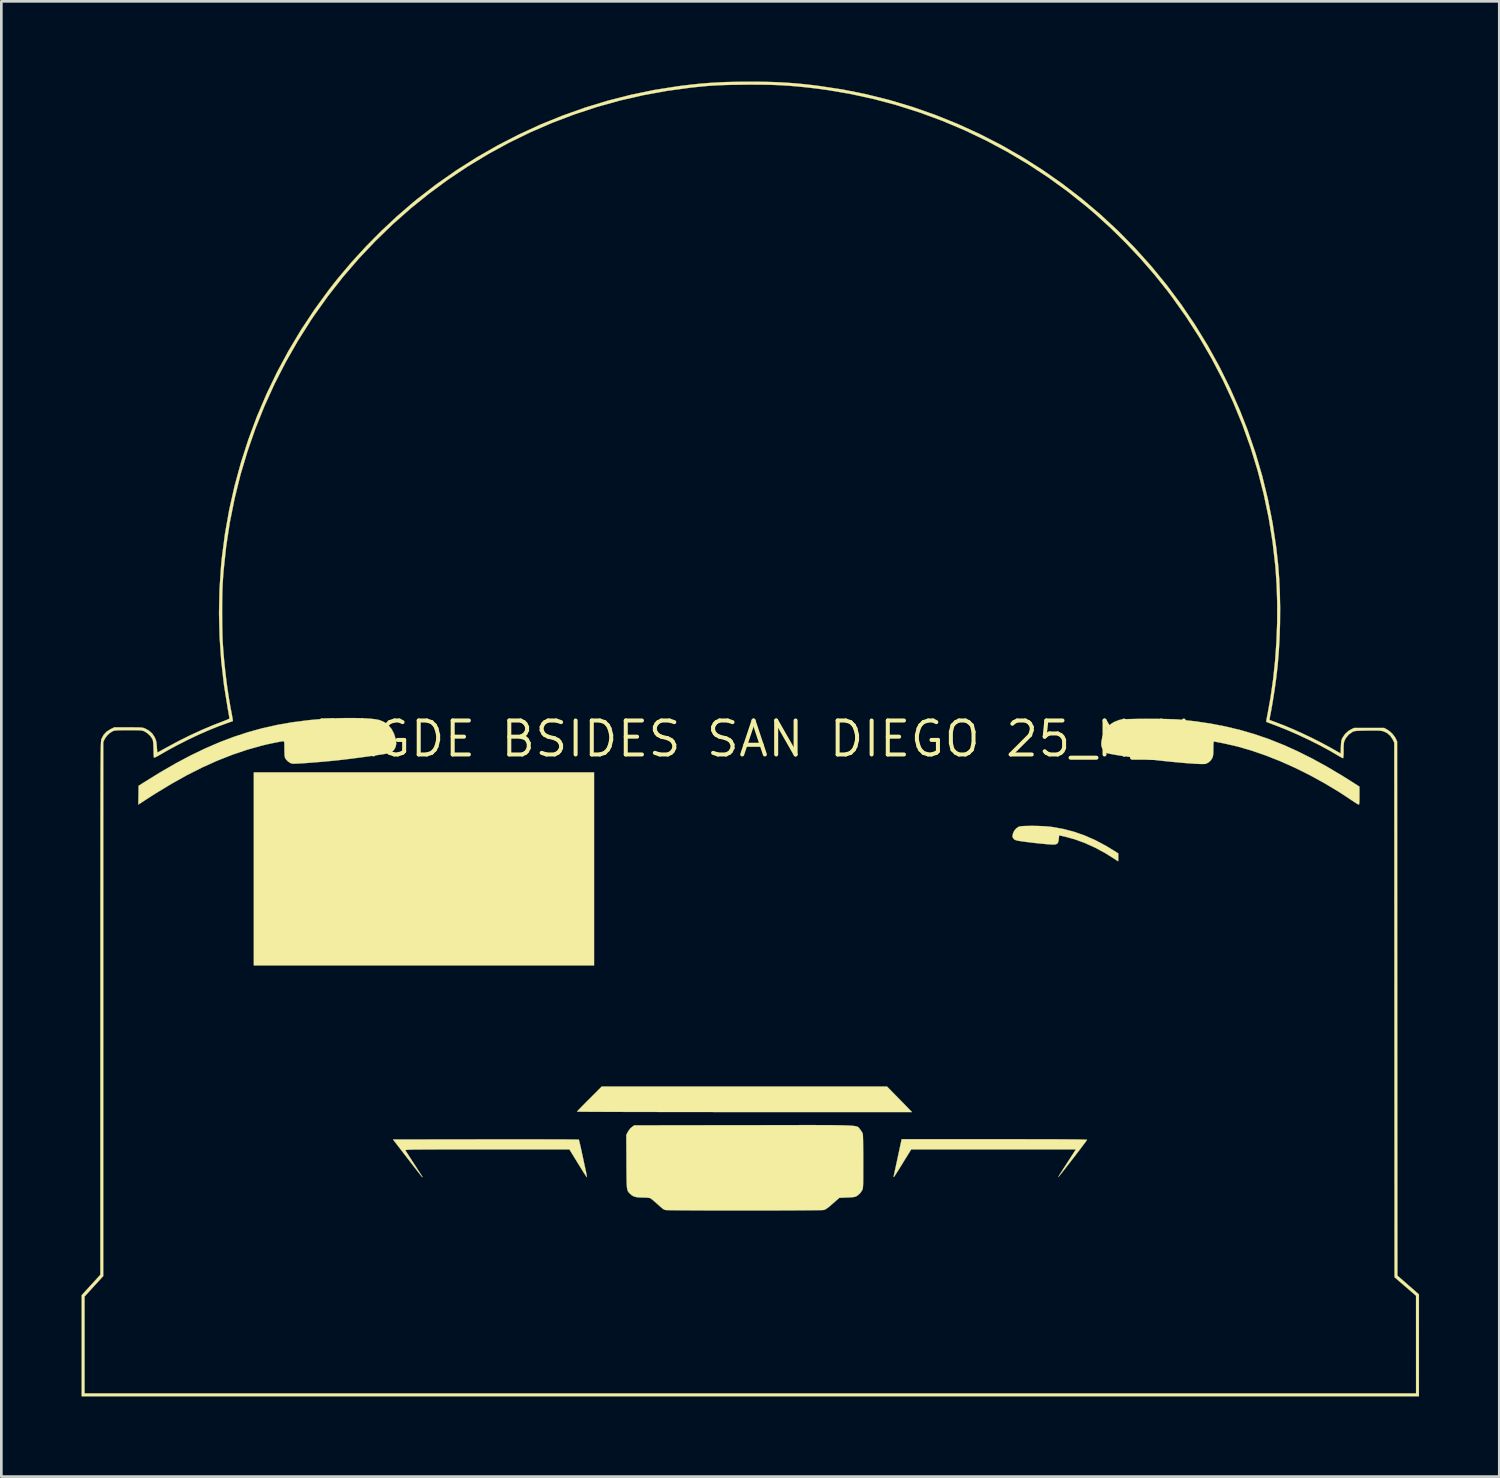
<source format=kicad_pcb>
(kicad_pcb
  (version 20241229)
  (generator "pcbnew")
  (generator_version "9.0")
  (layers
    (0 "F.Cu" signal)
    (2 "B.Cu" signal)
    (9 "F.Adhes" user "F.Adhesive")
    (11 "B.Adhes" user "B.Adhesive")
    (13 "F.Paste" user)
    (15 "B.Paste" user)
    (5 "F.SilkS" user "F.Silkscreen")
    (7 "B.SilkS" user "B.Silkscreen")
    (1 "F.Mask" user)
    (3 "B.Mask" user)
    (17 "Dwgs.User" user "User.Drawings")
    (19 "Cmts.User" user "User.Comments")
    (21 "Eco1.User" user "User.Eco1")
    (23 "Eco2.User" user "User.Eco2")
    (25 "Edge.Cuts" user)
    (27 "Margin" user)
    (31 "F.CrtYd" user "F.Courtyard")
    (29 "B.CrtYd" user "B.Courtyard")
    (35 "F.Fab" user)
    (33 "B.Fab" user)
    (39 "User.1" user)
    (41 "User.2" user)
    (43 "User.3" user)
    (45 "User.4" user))
  (footprint "BAGDE BSIDES SAN DIEGO 25_N_V"
    (layer "F.Cu")
    (at 25.003 24.579)
    (property "Reference" "BAGDE BSIDES SAN DIEGO 25_N_V" (at 0 0 0) (layer "F.SilkS") (effects (font (size 1.27 1.27) (thickness 0.15))))
    (attr through_hole)
    (fp_poly (pts (xy -11.345 -7.303) (xy -11.578 -7.303) (xy -11.578 -8.107) (xy -11.345 -8.107) (xy -11.345 -7.303)) (stroke (width 0.01) (type solid)) (fill yes) (layer "F.Mask"))
    (fp_poly (pts (xy -10.964 -7.303) (xy -11.218 -7.303) (xy -11.218 -8.107) (xy -10.964 -8.107) (xy -10.964 -7.303)) (stroke (width 0.01) (type solid)) (fill yes) (layer "F.Mask"))
    (fp_poly (pts (xy -4.942 -4.646) (xy -5.757 -4.635) (xy -5.757 -4.953) (xy -4.93 -4.953) (xy -4.942 -4.646)) (stroke (width 0.01) (type solid)) (fill yes) (layer "F.Mask"))
    (fp_poly (pts (xy -4.932 -5.165) (xy -5.757 -5.165) (xy -5.757 -5.482) (xy -4.932 -5.482) (xy -4.932 -5.165)) (stroke (width 0.01) (type solid)) (fill yes) (layer "F.Mask"))
    (fp_poly (pts (xy -4.932 -4.128) (xy -5.757 -4.128) (xy -5.757 -4.445) (xy -4.932 -4.445) (xy -4.932 -4.128)) (stroke (width 0.01) (type solid)) (fill yes) (layer "F.Mask"))
    (fp_poly (pts (xy -3.895 -5.165) (xy -4.72 -5.165) (xy -4.72 -5.482) (xy -3.895 -5.482) (xy -3.895 -5.165)) (stroke (width 0.01) (type solid)) (fill yes) (layer "F.Mask"))
    (fp_poly (pts (xy -3.895 -4.128) (xy -4.72 -4.128) (xy -4.72 -4.445) (xy -3.895 -4.445) (xy -3.895 -4.128)) (stroke (width 0.01) (type solid)) (fill yes) (layer "F.Mask"))
    (fp_poly (pts (xy -3.905 -4.646) (xy -4.313 -4.64) (xy -4.72 -4.635) (xy -4.72 -4.953) (xy -3.893 -4.953) (xy -3.905 -4.646)) (stroke (width 0.01) (type solid)) (fill yes) (layer "F.Mask"))
    (fp_poly (pts (xy -4.936 -3.762) (xy -4.942 -3.609) (xy -5.35 -3.603) (xy -5.757 -3.597) (xy -5.757 -3.916) (xy -4.93 -3.916) (xy -4.936 -3.762)) (stroke (width 0.01) (type solid)) (fill yes) (layer "F.Mask"))
    (fp_poly (pts (xy -3.899 -3.794) (xy -3.904 -3.725) (xy -3.914 -3.688) (xy -3.933 -3.673) (xy -3.948 -3.672) (xy -3.982 -3.672) (xy -4.051 -3.672) (xy -4.146 -3.674) (xy -4.26 -3.676) (xy -4.355 -3.677) (xy -4.72 -3.684) (xy -4.72 -3.916) (xy -3.893 -3.916) (xy -3.899 -3.794)) (stroke (width 0.01) (type solid)) (fill yes) (layer "F.Mask"))
    (fp_poly (pts (xy 3.749 -15.073) (xy 3.785 -15.032) (xy 3.839 -14.969) (xy 3.904 -14.889) (xy 3.945 -14.836) (xy 4.149 -14.578) (xy 4.144 -13.358) (xy 4.138 -12.139) (xy 3.281 -12.128) (xy 3.282 -14.51) (xy 3.504 -14.794) (xy 3.577 -14.888) (xy 3.641 -14.97) (xy 3.692 -15.034) (xy 3.724 -15.074) (xy 3.734 -15.086) (xy 3.749 -15.073)) (stroke (width 0.01) (type solid)) (fill yes) (layer "F.Mask"))
    (fp_poly (pts (xy -8.054 15.329) (xy -7.801 15.329) (xy -7.58 15.33) (xy -7.389 15.331) (xy -7.227 15.332) (xy -7.091 15.334) (xy -6.98 15.336) (xy -6.893 15.338) (xy -6.827 15.341) (xy -6.78 15.344) (xy -6.752 15.347) (xy -6.74 15.351) (xy -6.74 15.351) (xy -6.721 15.378) (xy -6.684 15.434) (xy -6.634 15.511) (xy -6.576 15.604) (xy -6.546 15.653) (xy -6.472 15.774) (xy -6.39 15.907) (xy -6.31 16.036) (xy -6.242 16.146) (xy -6.236 16.155) (xy -6.096 16.383) (xy -12.276 16.383) (xy -12.43 16.145) (xy -12.5 16.037) (xy -12.584 15.908) (xy -12.671 15.772) (xy -12.753 15.646) (xy -12.768 15.622) (xy -12.953 15.335) (xy -9.859 15.33) (xy -9.42 15.329) (xy -9.022 15.329) (xy -8.663 15.328) (xy -8.341 15.328) (xy -8.054 15.329)) (stroke (width 0.01) (type solid)) (fill yes) (layer "F.Mask"))
    (fp_poly (pts (xy 9.524 15.325) (xy 9.91 15.325) (xy 10.257 15.325) (xy 10.567 15.325) (xy 10.843 15.326) (xy 11.087 15.327) (xy 11.3 15.327) (xy 11.484 15.328) (xy 11.642 15.33) (xy 11.775 15.331) (xy 11.885 15.333) (xy 11.974 15.335) (xy 12.045 15.337) (xy 12.099 15.34) (xy 12.137 15.343) (xy 12.163 15.346) (xy 12.178 15.35) (xy 12.184 15.354) (xy 12.184 15.357) (xy 12.17 15.383) (xy 12.135 15.439) (xy 12.084 15.521) (xy 12.019 15.624) (xy 11.943 15.742) (xy 11.86 15.872) (xy 11.851 15.886) (xy 11.53 16.383) (xy 5.354 16.383) (xy 5.381 16.333) (xy 5.399 16.302) (xy 5.436 16.241) (xy 5.489 16.154) (xy 5.555 16.047) (xy 5.63 15.926) (xy 5.704 15.804) (xy 6.001 15.325) (xy 9.099 15.325) (xy 9.524 15.325)) (stroke (width 0.01) (type solid)) (fill yes) (layer "F.Mask"))
    (fp_poly (pts (xy 10.024 3.792) (xy 10.092 3.8) (xy 10.178 3.812) (xy 10.227 3.819) (xy 10.319 3.832) (xy 10.441 3.847) (xy 10.579 3.862) (xy 10.72 3.877) (xy 10.786 3.884) (xy 10.951 3.9) (xy 11.079 3.912) (xy 11.173 3.922) (xy 11.24 3.931) (xy 11.283 3.938) (xy 11.308 3.946) (xy 11.318 3.956) (xy 11.319 3.967) (xy 11.314 3.981) (xy 11.313 3.986) (xy 11.286 4.036) (xy 11.256 4.069) (xy 11.239 4.081) (xy 11.215 4.09) (xy 11.177 4.096) (xy 11.122 4.101) (xy 11.043 4.104) (xy 10.935 4.106) (xy 10.794 4.106) (xy 10.692 4.106) (xy 10.529 4.106) (xy 10.402 4.105) (xy 10.307 4.103) (xy 10.236 4.1) (xy 10.186 4.094) (xy 10.15 4.086) (xy 10.123 4.076) (xy 10.102 4.064) (xy 10.045 4.019) (xy 9.998 3.962) (xy 9.965 3.902) (xy 9.949 3.848) (xy 9.953 3.807) (xy 9.981 3.789) (xy 9.987 3.789) (xy 10.024 3.792)) (stroke (width 0.01) (type solid)) (fill yes) (layer "F.Mask"))
    (fp_poly (pts (xy 13.563 0.559) (xy 13.652 0.573) (xy 13.713 0.583) (xy 13.993 0.626) (xy 14.302 0.669) (xy 14.631 0.712) (xy 14.972 0.753) (xy 15.314 0.792) (xy 15.651 0.827) (xy 15.972 0.858) (xy 16.269 0.883) (xy 16.533 0.901) (xy 16.536 0.901) (xy 16.642 0.908) (xy 16.713 0.914) (xy 16.755 0.922) (xy 16.777 0.933) (xy 16.784 0.948) (xy 16.785 0.961) (xy 16.766 1.05) (xy 16.717 1.142) (xy 16.647 1.223) (xy 16.567 1.28) (xy 16.546 1.29) (xy 16.509 1.295) (xy 16.43 1.3) (xy 16.31 1.304) (xy 16.147 1.307) (xy 15.943 1.309) (xy 15.696 1.311) (xy 15.407 1.311) (xy 15.265 1.311) (xy 15.002 1.311) (xy 14.777 1.31) (xy 14.588 1.309) (xy 14.431 1.308) (xy 14.303 1.306) (xy 14.201 1.303) (xy 14.12 1.3) (xy 14.059 1.296) (xy 14.012 1.291) (xy 13.978 1.285) (xy 13.952 1.278) (xy 13.949 1.277) (xy 13.794 1.201) (xy 13.664 1.094) (xy 13.564 0.96) (xy 13.497 0.802) (xy 13.47 0.67) (xy 13.464 0.616) (xy 13.463 0.58) (xy 13.475 0.56) (xy 13.506 0.554) (xy 13.563 0.559)) (stroke (width 0.01) (type solid)) (fill yes) (layer "F.Mask"))
    (fp_poly (pts (xy -13.594 0.65) (xy -13.626 0.814) (xy -13.693 0.957) (xy -13.798 1.085) (xy -13.821 1.106) (xy -13.863 1.146) (xy -13.901 1.179) (xy -13.937 1.208) (xy -13.976 1.232) (xy -14.02 1.251) (xy -14.074 1.266) (xy -14.141 1.278) (xy -14.224 1.288) (xy -14.327 1.294) (xy -14.453 1.299) (xy -14.607 1.302) (xy -14.791 1.304) (xy -15.009 1.305) (xy -15.265 1.306) (xy -15.356 1.306) (xy -15.622 1.307) (xy -15.849 1.308) (xy -16.04 1.308) (xy -16.198 1.307) (xy -16.326 1.305) (xy -16.428 1.303) (xy -16.507 1.3) (xy -16.566 1.296) (xy -16.608 1.29) (xy -16.637 1.284) (xy -16.644 1.282) (xy -16.757 1.222) (xy -16.837 1.135) (xy -16.885 1.02) (xy -16.892 0.99) (xy -16.906 0.912) (xy -16.819 0.901) (xy -16.767 0.896) (xy -16.683 0.888) (xy -16.576 0.88) (xy -16.459 0.871) (xy -16.415 0.868) (xy -16.2 0.851) (xy -15.964 0.83) (xy -15.713 0.806) (xy -15.451 0.779) (xy -15.185 0.75) (xy -14.92 0.719) (xy -14.661 0.688) (xy -14.416 0.656) (xy -14.188 0.625) (xy -13.984 0.596) (xy -13.81 0.568) (xy -13.671 0.543) (xy -13.644 0.537) (xy -13.583 0.524) (xy -13.594 0.65)) (stroke (width 0.01) (type solid)) (fill yes) (layer "F.Mask"))
    (fp_poly (pts (xy -5.842 8.467) (xy -18.563 8.467) (xy -18.563 1.249) (xy -5.842 1.249) (xy -5.842 8.467)) (stroke (width 0.01) (type solid)) (fill yes) (layer "F.SilkS"))
    (fp_poly (pts (xy 5.44 13.33) (xy 5.546 13.438) (xy 5.652 13.546) (xy 5.75 13.646) (xy 5.834 13.732) (xy 5.896 13.796) (xy 5.905 13.806) (xy 6.042 13.949) (xy -0.218 13.949) (xy -0.729 13.949) (xy -1.23 13.949) (xy -1.719 13.948) (xy -2.192 13.948) (xy -2.65 13.948) (xy -3.09 13.947) (xy -3.511 13.946) (xy -3.911 13.946) (xy -4.288 13.945) (xy -4.642 13.944) (xy -4.969 13.943) (xy -5.269 13.942) (xy -5.539 13.941) (xy -5.779 13.94) (xy -5.986 13.939) (xy -6.159 13.938) (xy -6.296 13.937) (xy -6.396 13.935) (xy -6.457 13.934) (xy -6.477 13.933) (xy -6.463 13.914) (xy -6.422 13.87) (xy -6.358 13.803) (xy -6.275 13.718) (xy -6.177 13.618) (xy -6.067 13.507) (xy -6.016 13.457) (xy -5.556 12.996) (xy 5.112 12.996) (xy 5.44 13.33)) (stroke (width 0.01) (type solid)) (fill yes) (layer "F.SilkS"))
    (fp_poly (pts (xy 10.604 3.25) (xy 10.761 3.253) (xy 10.916 3.259) (xy 11.063 3.268) (xy 11.192 3.279) (xy 11.271 3.288) (xy 11.688 3.362) (xy 12.092 3.466) (xy 12.489 3.604) (xy 12.884 3.777) (xy 13.282 3.987) (xy 13.593 4.175) (xy 13.758 4.28) (xy 13.758 4.426) (xy 13.758 4.498) (xy 13.756 4.551) (xy 13.753 4.572) (xy 13.753 4.572) (xy 13.734 4.561) (xy 13.69 4.533) (xy 13.638 4.498) (xy 13.266 4.265) (xy 12.888 4.061) (xy 12.51 3.89) (xy 12.136 3.753) (xy 11.772 3.653) (xy 11.716 3.64) (xy 11.546 3.605) (xy 11.534 3.723) (xy 11.523 3.81) (xy 11.505 3.873) (xy 11.474 3.914) (xy 11.425 3.938) (xy 11.351 3.948) (xy 11.247 3.945) (xy 11.128 3.937) (xy 10.925 3.918) (xy 10.708 3.896) (xy 10.491 3.871) (xy 10.287 3.846) (xy 10.11 3.821) (xy 10.097 3.819) (xy 9.997 3.802) (xy 9.93 3.785) (xy 9.885 3.766) (xy 9.853 3.74) (xy 9.848 3.734) (xy 9.815 3.689) (xy 9.802 3.642) (xy 9.81 3.581) (xy 9.823 3.529) (xy 9.867 3.434) (xy 9.937 3.349) (xy 10.022 3.289) (xy 10.05 3.277) (xy 10.106 3.266) (xy 10.196 3.257) (xy 10.314 3.252) (xy 10.453 3.25) (xy 10.604 3.25)) (stroke (width 0.01) (type solid)) (fill yes) (layer "F.SilkS"))
    (fp_poly (pts (xy 9.62 14.965) (xy 10.07 14.965) (xy 10.479 14.966) (xy 10.849 14.966) (xy 11.181 14.967) (xy 11.474 14.968) (xy 11.732 14.97) (xy 11.953 14.971) (xy 12.14 14.973) (xy 12.293 14.975) (xy 12.414 14.978) (xy 12.502 14.98) (xy 12.56 14.983) (xy 12.587 14.986) (xy 12.59 14.988) (xy 12.576 15.01) (xy 12.539 15.061) (xy 12.483 15.136) (xy 12.411 15.231) (xy 12.328 15.342) (xy 12.234 15.464) (xy 12.136 15.593) (xy 12.034 15.724) (xy 11.933 15.855) (xy 11.836 15.979) (xy 11.747 16.094) (xy 11.668 16.195) (xy 11.602 16.277) (xy 11.554 16.337) (xy 11.526 16.37) (xy 11.521 16.375) (xy 11.529 16.355) (xy 11.558 16.306) (xy 11.603 16.231) (xy 11.663 16.136) (xy 11.733 16.027) (xy 11.771 15.967) (xy 11.851 15.844) (xy 11.927 15.726) (xy 11.996 15.619) (xy 12.053 15.532) (xy 12.092 15.47) (xy 12.101 15.457) (xy 12.172 15.346) (xy 6.016 15.346) (xy 5.718 15.827) (xy 5.638 15.958) (xy 5.563 16.078) (xy 5.497 16.183) (xy 5.443 16.267) (xy 5.405 16.325) (xy 5.387 16.351) (xy 5.362 16.379) (xy 5.357 16.372) (xy 5.363 16.341) (xy 5.37 16.307) (xy 5.385 16.238) (xy 5.406 16.139) (xy 5.433 16.014) (xy 5.464 15.87) (xy 5.498 15.711) (xy 5.516 15.626) (xy 5.659 14.965) (xy 9.128 14.965) (xy 9.62 14.965)) (stroke (width 0.01) (type solid)) (fill yes) (layer "F.SilkS"))
    (fp_poly (pts (xy -8.451 14.969) (xy -8.13 14.97) (xy -7.83 14.97) (xy -7.552 14.971) (xy -7.3 14.971) (xy -7.074 14.972) (xy -6.877 14.973) (xy -6.713 14.975) (xy -6.581 14.976) (xy -6.486 14.978) (xy -6.429 14.979) (xy -6.412 14.981) (xy -6.404 15.005) (xy -6.389 15.065) (xy -6.367 15.155) (xy -6.341 15.269) (xy -6.312 15.401) (xy -6.287 15.515) (xy -6.254 15.669) (xy -6.222 15.82) (xy -6.192 15.96) (xy -6.166 16.079) (xy -6.146 16.171) (xy -6.138 16.208) (xy -6.123 16.287) (xy -6.113 16.347) (xy -6.112 16.379) (xy -6.114 16.382) (xy -6.128 16.364) (xy -6.161 16.315) (xy -6.211 16.239) (xy -6.274 16.14) (xy -6.347 16.023) (xy -6.427 15.893) (xy -6.445 15.864) (xy -6.763 15.346) (xy -9.838 15.346) (xy -10.259 15.346) (xy -10.64 15.346) (xy -10.983 15.346) (xy -11.289 15.346) (xy -11.561 15.347) (xy -11.8 15.347) (xy -12.01 15.348) (xy -12.191 15.349) (xy -12.346 15.35) (xy -12.477 15.351) (xy -12.585 15.352) (xy -12.673 15.354) (xy -12.743 15.357) (xy -12.797 15.359) (xy -12.837 15.362) (xy -12.864 15.365) (xy -12.882 15.369) (xy -12.891 15.374) (xy -12.894 15.378) (xy -12.893 15.383) (xy -12.892 15.385) (xy -12.875 15.414) (xy -12.838 15.472) (xy -12.785 15.555) (xy -12.719 15.658) (xy -12.644 15.776) (xy -12.578 15.878) (xy -12.482 16.025) (xy -12.408 16.14) (xy -12.351 16.228) (xy -12.311 16.291) (xy -12.283 16.335) (xy -12.267 16.362) (xy -12.26 16.376) (xy -12.259 16.382) (xy -12.261 16.383) (xy -12.264 16.383) (xy -12.279 16.367) (xy -12.316 16.32) (xy -12.375 16.247) (xy -12.45 16.151) (xy -12.541 16.035) (xy -12.643 15.903) (xy -12.755 15.758) (xy -12.816 15.679) (xy -13.358 14.975) (xy -9.892 14.97) (xy -9.512 14.97) (xy -9.144 14.969) (xy -8.789 14.969) (xy -8.451 14.969)) (stroke (width 0.01) (type solid)) (fill yes) (layer "F.SilkS"))
    (fp_poly (pts (xy -14.611 -0.778) (xy -14.392 -0.77) (xy -14.199 -0.757) (xy -14.035 -0.739) (xy -13.906 -0.716) (xy -13.841 -0.699) (xy -13.671 -0.621) (xy -13.527 -0.51) (xy -13.409 -0.367) (xy -13.319 -0.192) (xy -13.256 0.013) (xy -13.246 0.064) (xy -13.239 0.194) (xy -13.267 0.312) (xy -13.325 0.413) (xy -13.41 0.489) (xy -13.499 0.528) (xy -13.549 0.539) (xy -13.637 0.555) (xy -13.755 0.574) (xy -13.899 0.596) (xy -14.063 0.62) (xy -14.243 0.646) (xy -14.431 0.672) (xy -14.623 0.698) (xy -14.814 0.723) (xy -14.998 0.746) (xy -15.169 0.767) (xy -15.322 0.785) (xy -15.388 0.792) (xy -15.589 0.813) (xy -15.796 0.833) (xy -16.004 0.852) (xy -16.209 0.869) (xy -16.405 0.885) (xy -16.587 0.899) (xy -16.752 0.91) (xy -16.894 0.918) (xy -17.008 0.923) (xy -17.089 0.925) (xy -17.134 0.922) (xy -17.134 0.922) (xy -17.211 0.892) (xy -17.291 0.835) (xy -17.36 0.764) (xy -17.389 0.718) (xy -17.404 0.675) (xy -17.413 0.609) (xy -17.418 0.512) (xy -17.42 0.379) (xy -17.42 0.371) (xy -17.421 0.256) (xy -17.422 0.177) (xy -17.426 0.127) (xy -17.434 0.099) (xy -17.445 0.087) (xy -17.461 0.085) (xy -17.503 0.089) (xy -17.577 0.101) (xy -17.677 0.12) (xy -17.794 0.143) (xy -17.919 0.169) (xy -18.044 0.196) (xy -18.162 0.223) (xy -18.256 0.246) (xy -18.808 0.401) (xy -19.362 0.588) (xy -19.921 0.808) (xy -20.486 1.062) (xy -21.061 1.352) (xy -21.647 1.679) (xy -22.246 2.043) (xy -22.464 2.182) (xy -22.882 2.453) (xy -22.876 2.102) (xy -22.871 1.751) (xy -22.659 1.616) (xy -22.067 1.25) (xy -21.494 0.919) (xy -20.935 0.621) (xy -20.387 0.357) (xy -19.846 0.123) (xy -19.309 -0.08) (xy -18.773 -0.256) (xy -18.233 -0.404) (xy -17.687 -0.526) (xy -17.13 -0.623) (xy -16.56 -0.697) (xy -16.457 -0.708) (xy -16.192 -0.732) (xy -15.92 -0.752) (xy -15.645 -0.767) (xy -15.372 -0.777) (xy -15.105 -0.782) (xy -14.85 -0.782) (xy -14.611 -0.778)) (stroke (width 0.01) (type solid)) (fill yes) (layer "F.SilkS"))
    (fp_poly (pts (xy 15.005 -0.752) (xy 15.205 -0.751) (xy 15.399 -0.749) (xy 15.582 -0.745) (xy 15.749 -0.74) (xy 15.894 -0.735) (xy 16.012 -0.728) (xy 16.055 -0.724) (xy 16.651 -0.658) (xy 17.227 -0.572) (xy 17.785 -0.463) (xy 18.331 -0.331) (xy 18.868 -0.174) (xy 19.4 0.009) (xy 19.932 0.221) (xy 20.467 0.462) (xy 21.009 0.733) (xy 21.563 1.037) (xy 22.132 1.375) (xy 22.495 1.603) (xy 22.775 1.782) (xy 22.775 2.119) (xy 22.775 2.252) (xy 22.772 2.348) (xy 22.767 2.41) (xy 22.759 2.444) (xy 22.749 2.454) (xy 22.721 2.442) (xy 22.667 2.411) (xy 22.597 2.366) (xy 22.553 2.337) (xy 22.02 1.986) (xy 21.476 1.659) (xy 20.927 1.357) (xy 20.375 1.082) (xy 19.824 0.835) (xy 19.278 0.619) (xy 18.742 0.434) (xy 18.218 0.282) (xy 17.71 0.166) (xy 17.674 0.159) (xy 17.567 0.138) (xy 17.472 0.12) (xy 17.399 0.106) (xy 17.356 0.097) (xy 17.351 0.096) (xy 17.336 0.097) (xy 17.326 0.109) (xy 17.319 0.141) (xy 17.316 0.198) (xy 17.314 0.286) (xy 17.314 0.357) (xy 17.312 0.479) (xy 17.308 0.569) (xy 17.298 0.635) (xy 17.284 0.687) (xy 17.275 0.71) (xy 17.209 0.81) (xy 17.118 0.887) (xy 17.025 0.93) (xy 16.971 0.936) (xy 16.879 0.937) (xy 16.752 0.933) (xy 16.597 0.925) (xy 16.415 0.912) (xy 16.212 0.896) (xy 15.991 0.876) (xy 15.756 0.854) (xy 15.512 0.829) (xy 15.262 0.802) (xy 15.011 0.774) (xy 14.762 0.745) (xy 14.52 0.715) (xy 14.288 0.686) (xy 14.071 0.656) (xy 13.873 0.628) (xy 13.698 0.601) (xy 13.549 0.575) (xy 13.431 0.552) (xy 13.348 0.531) (xy 13.31 0.517) (xy 13.236 0.459) (xy 13.173 0.375) (xy 13.132 0.28) (xy 13.128 0.263) (xy 13.122 0.17) (xy 13.135 0.053) (xy 13.164 -0.075) (xy 13.208 -0.201) (xy 13.227 -0.245) (xy 13.321 -0.403) (xy 13.442 -0.531) (xy 13.593 -0.631) (xy 13.776 -0.704) (xy 13.843 -0.722) (xy 13.896 -0.73) (xy 13.986 -0.737) (xy 14.108 -0.742) (xy 14.256 -0.746) (xy 14.425 -0.75) (xy 14.61 -0.752) (xy 14.805 -0.753) (xy 15.005 -0.752)) (stroke (width 0.01) (type solid)) (fill yes) (layer "F.SilkS"))
    (fp_poly (pts (xy 2.444 14.437) (xy 2.694 14.438) (xy 2.916 14.439) (xy 3.112 14.44) (xy 3.283 14.443) (xy 3.432 14.445) (xy 3.559 14.449) (xy 3.667 14.453) (xy 3.757 14.458) (xy 3.831 14.464) (xy 3.892 14.471) (xy 3.94 14.479) (xy 3.977 14.488) (xy 4.006 14.498) (xy 4.028 14.509) (xy 4.045 14.522) (xy 4.058 14.536) (xy 4.07 14.551) (xy 4.082 14.568) (xy 4.095 14.586) (xy 4.105 14.598) (xy 4.155 14.665) (xy 4.193 14.733) (xy 4.206 14.771) (xy 4.21 14.808) (xy 4.213 14.882) (xy 4.216 14.99) (xy 4.218 15.126) (xy 4.22 15.285) (xy 4.222 15.464) (xy 4.223 15.658) (xy 4.223 15.822) (xy 4.223 16.05) (xy 4.222 16.24) (xy 4.222 16.396) (xy 4.221 16.521) (xy 4.219 16.619) (xy 4.216 16.695) (xy 4.212 16.752) (xy 4.207 16.793) (xy 4.201 16.824) (xy 4.193 16.848) (xy 4.183 16.869) (xy 4.177 16.88) (xy 4.111 16.978) (xy 4.022 17.059) (xy 3.971 17.094) (xy 3.936 17.111) (xy 3.888 17.123) (xy 3.819 17.133) (xy 3.722 17.14) (xy 3.62 17.144) (xy 3.33 17.156) (xy 3.233 17.24) (xy 3.171 17.295) (xy 3.092 17.364) (xy 3.01 17.436) (xy 2.987 17.456) (xy 2.904 17.523) (xy 2.826 17.576) (xy 2.766 17.607) (xy 2.758 17.609) (xy 2.727 17.612) (xy 2.657 17.615) (xy 2.551 17.617) (xy 2.411 17.619) (xy 2.241 17.621) (xy 2.043 17.623) (xy 1.821 17.624) (xy 1.578 17.626) (xy 1.316 17.627) (xy 1.039 17.628) (xy 0.75 17.629) (xy 0.451 17.629) (xy 0.146 17.63) (xy -0.163 17.63) (xy -0.472 17.63) (xy -0.779 17.63) (xy -1.079 17.629) (xy -1.372 17.629) (xy -1.653 17.628) (xy -1.919 17.627) (xy -2.168 17.626) (xy -2.396 17.624) (xy -2.601 17.623) (xy -2.779 17.621) (xy -2.928 17.619) (xy -3.044 17.617) (xy -3.124 17.614) (xy -3.166 17.612) (xy -3.171 17.611) (xy -3.199 17.604) (xy -3.224 17.594) (xy -3.252 17.578) (xy -3.288 17.551) (xy -3.339 17.509) (xy -3.408 17.448) (xy -3.503 17.363) (xy -3.513 17.354) (xy -3.59 17.287) (xy -3.659 17.229) (xy -3.713 17.187) (xy -3.74 17.169) (xy -3.781 17.159) (xy -3.854 17.151) (xy -3.95 17.146) (xy -4.026 17.145) (xy -4.167 17.14) (xy -4.275 17.127) (xy -4.361 17.101) (xy -4.432 17.061) (xy -4.495 17.006) (xy -4.524 16.976) (xy -4.548 16.95) (xy -4.569 16.922) (xy -4.585 16.89) (xy -4.598 16.848) (xy -4.608 16.795) (xy -4.615 16.724) (xy -4.621 16.634) (xy -4.624 16.519) (xy -4.627 16.377) (xy -4.629 16.202) (xy -4.63 15.992) (xy -4.631 15.812) (xy -4.637 14.806) (xy -4.578 14.69) (xy -4.499 14.574) (xy -4.427 14.51) (xy -4.336 14.446) (xy -0.247 14.44) (xy 0.25 14.44) (xy 0.707 14.439) (xy 1.125 14.438) (xy 1.506 14.438) (xy 1.851 14.437) (xy 2.163 14.437) (xy 2.444 14.437)) (stroke (width 0.01) (type solid)) (fill yes) (layer "F.SilkS"))
    (fp_poly (pts (xy 0.359 -24.572) (xy 0.708 -24.566) (xy 1.033 -24.555) (xy 1.346 -24.538) (xy 1.655 -24.515) (xy 1.972 -24.486) (xy 2.304 -24.449) (xy 2.575 -24.415) (xy 3.458 -24.281) (xy 4.334 -24.105) (xy 5.202 -23.889) (xy 6.061 -23.632) (xy 6.908 -23.335) (xy 7.743 -22.999) (xy 8.563 -22.625) (xy 9.368 -22.213) (xy 10.156 -21.763) (xy 10.922 -21.278) (xy 11.67 -20.755) (xy 12.392 -20.199) (xy 13.086 -19.613) (xy 13.751 -18.996) (xy 14.386 -18.35) (xy 14.992 -17.676) (xy 15.566 -16.975) (xy 16.109 -16.248) (xy 16.619 -15.497) (xy 17.095 -14.721) (xy 17.537 -13.923) (xy 17.943 -13.102) (xy 18.314 -12.262) (xy 18.59 -11.557) (xy 18.883 -10.707) (xy 19.138 -9.841) (xy 19.353 -8.961) (xy 19.528 -8.069) (xy 19.663 -7.168) (xy 19.737 -6.498) (xy 19.775 -5.991) (xy 19.799 -5.454) (xy 19.81 -4.9) (xy 19.806 -4.338) (xy 19.789 -3.779) (xy 19.758 -3.235) (xy 19.714 -2.716) (xy 19.705 -2.635) (xy 19.66 -2.251) (xy 19.605 -1.854) (xy 19.544 -1.461) (xy 19.479 -1.087) (xy 19.45 -0.935) (xy 19.432 -0.845) (xy 19.42 -0.771) (xy 19.413 -0.724) (xy 19.413 -0.711) (xy 19.435 -0.702) (xy 19.488 -0.682) (xy 19.564 -0.654) (xy 19.643 -0.625) (xy 19.956 -0.505) (xy 20.293 -0.364) (xy 20.641 -0.207) (xy 20.992 -0.04) (xy 21.334 0.133) (xy 21.656 0.306) (xy 21.763 0.366) (xy 22.073 0.543) (xy 22.081 0.298) (xy 22.086 0.183) (xy 22.094 0.1) (xy 22.106 0.038) (xy 22.124 -0.012) (xy 22.137 -0.038) (xy 22.234 -0.181) (xy 22.357 -0.295) (xy 22.454 -0.354) (xy 22.574 -0.413) (xy 23.696 -0.413) (xy 23.803 -0.356) (xy 23.917 -0.278) (xy 24.024 -0.173) (xy 24.11 -0.055) (xy 24.137 -0.004) (xy 24.183 0.095) (xy 24.194 20.065) (xy 24.998 20.767) (xy 24.998 24.575) (xy -24.998 24.575) (xy -24.998 20.846) (xy -24.892 20.846) (xy -24.892 24.469) (xy 24.892 24.469) (xy 24.891 20.817) (xy 24.489 20.471) (xy 24.088 20.124) (xy 24.077 0.138) (xy 24.018 0.016) (xy 23.931 -0.116) (xy 23.818 -0.216) (xy 23.682 -0.283) (xy 23.676 -0.285) (xy 23.632 -0.296) (xy 23.582 -0.305) (xy 23.52 -0.311) (xy 23.439 -0.315) (xy 23.333 -0.316) (xy 23.196 -0.315) (xy 23.079 -0.314) (xy 22.922 -0.311) (xy 22.801 -0.309) (xy 22.711 -0.305) (xy 22.645 -0.3) (xy 22.596 -0.293) (xy 22.559 -0.283) (xy 22.528 -0.27) (xy 22.508 -0.26) (xy 22.376 -0.166) (xy 22.273 -0.042) (xy 22.233 0.031) (xy 22.212 0.079) (xy 22.198 0.126) (xy 22.19 0.181) (xy 22.185 0.255) (xy 22.183 0.356) (xy 22.183 0.429) (xy 22.181 0.548) (xy 22.177 0.639) (xy 22.171 0.698) (xy 22.162 0.72) (xy 22.162 0.72) (xy 22.135 0.709) (xy 22.083 0.682) (xy 22.016 0.643) (xy 22.008 0.639) (xy 21.664 0.437) (xy 21.289 0.234) (xy 20.893 0.035) (xy 20.487 -0.155) (xy 20.083 -0.332) (xy 19.69 -0.489) (xy 19.606 -0.521) (xy 19.5 -0.561) (xy 19.408 -0.595) (xy 19.338 -0.622) (xy 19.297 -0.639) (xy 19.289 -0.643) (xy 19.291 -0.665) (xy 19.299 -0.72) (xy 19.314 -0.8) (xy 19.333 -0.897) (xy 19.334 -0.901) (xy 19.452 -1.554) (xy 19.548 -2.235) (xy 19.622 -2.935) (xy 19.672 -3.647) (xy 19.699 -4.361) (xy 19.701 -5.07) (xy 19.679 -5.766) (xy 19.633 -6.439) (xy 19.631 -6.456) (xy 19.527 -7.365) (xy 19.382 -8.265) (xy 19.195 -9.155) (xy 18.969 -10.034) (xy 18.703 -10.902) (xy 18.397 -11.756) (xy 18.052 -12.595) (xy 17.669 -13.419) (xy 17.247 -14.227) (xy 16.788 -15.017) (xy 16.291 -15.789) (xy 15.758 -16.54) (xy 15.591 -16.761) (xy 15.106 -17.367) (xy 14.586 -17.965) (xy 14.037 -18.548) (xy 13.466 -19.11) (xy 12.88 -19.644) (xy 12.576 -19.903) (xy 11.869 -20.467) (xy 11.138 -20.997) (xy 10.385 -21.492) (xy 9.612 -21.951) (xy 8.82 -22.374) (xy 8.011 -22.761) (xy 7.186 -23.109) (xy 6.346 -23.419) (xy 5.494 -23.691) (xy 4.631 -23.923) (xy 3.758 -24.114) (xy 2.876 -24.265) (xy 2.477 -24.319) (xy 2.108 -24.362) (xy 1.758 -24.398) (xy 1.419 -24.425) (xy 1.082 -24.445) (xy 0.736 -24.458) (xy 0.373 -24.464) (xy -0.016 -24.465) (xy -0.302 -24.462) (xy -0.567 -24.458) (xy -0.798 -24.454) (xy -1.001 -24.448) (xy -1.185 -24.441) (xy -1.357 -24.432) (xy -1.525 -24.421) (xy -1.697 -24.407) (xy -1.879 -24.389) (xy -2.08 -24.368) (xy -2.223 -24.353) (xy -3.116 -24.232) (xy -4 -24.071) (xy -4.873 -23.871) (xy -5.733 -23.631) (xy -6.579 -23.352) (xy -7.41 -23.036) (xy -8.225 -22.683) (xy -9.023 -22.293) (xy -9.802 -21.868) (xy -10.562 -21.408) (xy -11.301 -20.915) (xy -12.017 -20.387) (xy -12.71 -19.828) (xy -13.379 -19.236) (xy -14.022 -18.613) (xy -14.639 -17.96) (xy -15.227 -17.278) (xy -15.786 -16.566) (xy -16.314 -15.826) (xy -16.426 -15.66) (xy -16.919 -14.881) (xy -17.374 -14.085) (xy -17.79 -13.272) (xy -18.167 -12.443) (xy -18.506 -11.599) (xy -18.804 -10.741) (xy -19.064 -9.87) (xy -19.282 -8.987) (xy -19.461 -8.093) (xy -19.598 -7.189) (xy -19.695 -6.277) (xy -19.727 -5.827) (xy -19.734 -5.67) (xy -19.74 -5.479) (xy -19.744 -5.262) (xy -19.747 -5.027) (xy -19.748 -4.782) (xy -19.747 -4.534) (xy -19.745 -4.293) (xy -19.741 -4.065) (xy -19.736 -3.86) (xy -19.729 -3.684) (xy -19.727 -3.639) (xy -19.698 -3.219) (xy -19.658 -2.782) (xy -19.609 -2.342) (xy -19.553 -1.91) (xy -19.49 -1.499) (xy -19.441 -1.216) (xy -19.41 -1.051) (xy -19.386 -0.923) (xy -19.369 -0.827) (xy -19.357 -0.759) (xy -19.35 -0.714) (xy -19.347 -0.687) (xy -19.347 -0.673) (xy -19.349 -0.669) (xy -19.371 -0.66) (xy -19.424 -0.641) (xy -19.5 -0.614) (xy -19.558 -0.594) (xy -19.9 -0.469) (xy -20.266 -0.32) (xy -20.647 -0.152) (xy -21.034 0.032) (xy -21.418 0.227) (xy -21.792 0.429) (xy -22.072 0.59) (xy -22.176 0.649) (xy -22.249 0.684) (xy -22.29 0.697) (xy -22.299 0.693) (xy -22.303 0.663) (xy -22.307 0.599) (xy -22.31 0.511) (xy -22.313 0.405) (xy -22.314 0.37) (xy -22.318 0.241) (xy -22.324 0.146) (xy -22.333 0.077) (xy -22.346 0.027) (xy -22.359 -0.003) (xy -22.429 -0.107) (xy -22.527 -0.203) (xy -22.639 -0.277) (xy -22.646 -0.28) (xy -22.679 -0.295) (xy -22.711 -0.307) (xy -22.75 -0.315) (xy -22.8 -0.321) (xy -22.868 -0.325) (xy -22.961 -0.327) (xy -23.083 -0.328) (xy -23.241 -0.328) (xy -23.252 -0.328) (xy -23.416 -0.328) (xy -23.543 -0.326) (xy -23.64 -0.324) (xy -23.712 -0.319) (xy -23.764 -0.313) (xy -23.803 -0.304) (xy -23.834 -0.293) (xy -23.839 -0.29) (xy -23.952 -0.22) (xy -24.054 -0.123) (xy -24.131 -0.014) (xy -24.144 0.011) (xy -24.193 0.116) (xy -24.193 10.099) (xy -24.194 20.082) (xy -24.543 20.464) (xy -24.892 20.846) (xy -24.998 20.846) (xy -24.998 20.796) (xy -24.649 20.415) (xy -24.301 20.034) (xy -24.3 10.07) (xy -24.3 9.296) (xy -24.3 8.562) (xy -24.3 7.869) (xy -24.3 7.214) (xy -24.3 6.597) (xy -24.3 6.017) (xy -24.299 5.473) (xy -24.299 4.963) (xy -24.299 4.486) (xy -24.299 4.041) (xy -24.298 3.627) (xy -24.298 3.243) (xy -24.298 2.887) (xy -24.297 2.559) (xy -24.297 2.258) (xy -24.296 1.981) (xy -24.295 1.729) (xy -24.294 1.5) (xy -24.294 1.293) (xy -24.293 1.106) (xy -24.292 0.939) (xy -24.29 0.79) (xy -24.289 0.659) (xy -24.288 0.544) (xy -24.286 0.444) (xy -24.285 0.357) (xy -24.283 0.284) (xy -24.281 0.222) (xy -24.279 0.17) (xy -24.277 0.128) (xy -24.275 0.094) (xy -24.273 0.067) (xy -24.27 0.046) (xy -24.267 0.03) (xy -24.264 0.017) (xy -24.261 0.007) (xy -24.259 -0.001) (xy -24.182 -0.148) (xy -24.074 -0.267) (xy -23.933 -0.36) (xy -23.924 -0.364) (xy -23.782 -0.434) (xy -23.252 -0.434) (xy -23.089 -0.434) (xy -22.962 -0.433) (xy -22.865 -0.431) (xy -22.793 -0.428) (xy -22.739 -0.423) (xy -22.698 -0.415) (xy -22.663 -0.404) (xy -22.628 -0.39) (xy -22.605 -0.379) (xy -22.466 -0.298) (xy -22.359 -0.199) (xy -22.276 -0.074) (xy -22.267 -0.056) (xy -22.235 0.015) (xy -22.214 0.082) (xy -22.201 0.159) (xy -22.191 0.26) (xy -22.189 0.292) (xy -22.183 0.382) (xy -22.177 0.453) (xy -22.171 0.498) (xy -22.168 0.508) (xy -22.148 0.498) (xy -22.097 0.471) (xy -22.021 0.429) (xy -21.926 0.376) (xy -21.817 0.316) (xy -21.817 0.316) (xy -21.387 0.084) (xy -20.944 -0.136) (xy -20.498 -0.341) (xy -20.063 -0.524) (xy -19.775 -0.635) (xy -19.67 -0.675) (xy -19.582 -0.711) (xy -19.515 -0.74) (xy -19.479 -0.76) (xy -19.473 -0.765) (xy -19.477 -0.791) (xy -19.487 -0.852) (xy -19.502 -0.939) (xy -19.521 -1.046) (xy -19.536 -1.128) (xy -19.678 -2.014) (xy -19.78 -2.907) (xy -19.842 -3.801) (xy -19.864 -4.695) (xy -19.846 -5.584) (xy -19.788 -6.465) (xy -19.758 -6.773) (xy -19.641 -7.677) (xy -19.482 -8.573) (xy -19.283 -9.459) (xy -19.044 -10.335) (xy -18.766 -11.199) (xy -18.449 -12.05) (xy -18.093 -12.885) (xy -17.7 -13.704) (xy -17.27 -14.504) (xy -16.803 -15.286) (xy -16.3 -16.046) (xy -15.763 -16.784) (xy -15.424 -17.215) (xy -14.915 -17.818) (xy -14.372 -18.411) (xy -13.803 -18.986) (xy -13.214 -19.537) (xy -12.614 -20.055) (xy -12.453 -20.187) (xy -11.739 -20.737) (xy -11.002 -21.253) (xy -10.243 -21.735) (xy -9.464 -22.182) (xy -8.666 -22.593) (xy -7.852 -22.968) (xy -7.023 -23.305) (xy -6.182 -23.604) (xy -5.329 -23.864) (xy -4.468 -24.084) (xy -3.598 -24.264) (xy -2.723 -24.402) (xy -2.551 -24.425) (xy -2.2 -24.466) (xy -1.872 -24.5) (xy -1.556 -24.526) (xy -1.242 -24.546) (xy -0.92 -24.561) (xy -0.58 -24.569) (xy -0.213 -24.574) (xy -0.021 -24.574) (xy 0.359 -24.572)) (stroke (width 0.01) (type solid)) (fill yes) (layer "F.SilkS")))
  (gr_rect
    (start -3 -3)
    (end 53.006 52.159)
    (stroke (width 0.1) (type default))
    (fill no)
    (layer "Edge.Cuts")))
</source>
